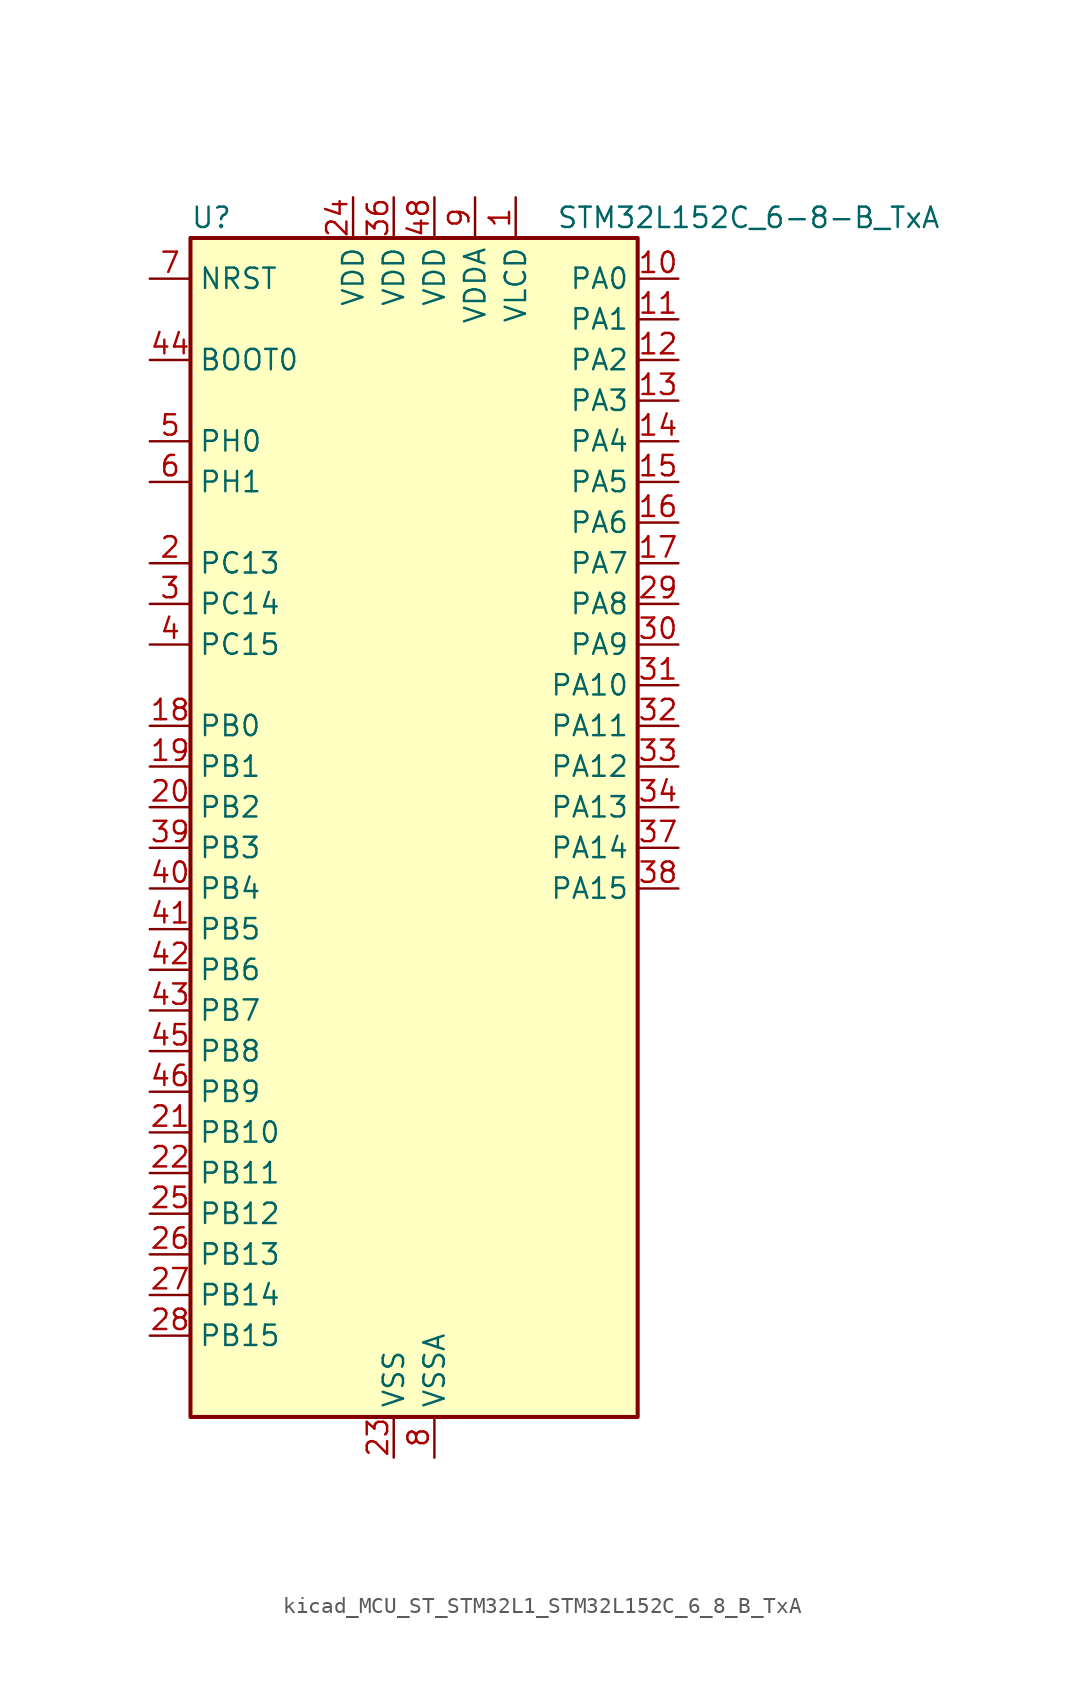
<source format=kicad_sym>
(kicad_symbol_lib
  (version 20220914)
  (generator kicad_symbol_editor)
  (symbol "kicad_MCU_ST_STM32L1_STM32L152C_6_8_B_TxA"
    (property "Reference" "U"
      (at -12.7 39.37 0)
      (effects (font (size 1.27 1.27)) (justify left)))
    (property "Value" "STM32L152C_6-8-B_TxA"
      (at 10.16 39.37 0)
      (effects (font (size 1.27 1.27)) (justify left)))
    (property "ki_locked" ""
      (at 0 0 0)
      (effects (font (size 1.27 1.27))))
    (symbol "kicad_MCU_ST_STM32L1_STM32L152C_6_8_B_TxA_0_1"
      (rectangle (start -12.7 -35.56) (end 15.24 38.1) (stroke (width 0.254) (type default)) (fill (type background))))
    (symbol "kicad_MCU_ST_STM32L1_STM32L152C_6_8_B_TxA_1_1"
      (pin power_in line (at 7.62 40.64 270) (length 2.54) (name "VLCD" (effects (font (size 1.27 1.27)))) (number "1" (effects (font (size 1.27 1.27)))))
      (pin bidirectional line (at 17.78 35.56 180) (length 2.54) (name "PA0" (effects (font (size 1.27 1.27)))) (number "10" (effects (font (size 1.27 1.27)))) (alternate "ADC_IN0" bidirectional line) (alternate "COMP1_INP" bidirectional line) (alternate "RTC_TAMP2" bidirectional line) (alternate "SYS_WKUP1" bidirectional line) (alternate "TIM2_CH1" bidirectional line) (alternate "TIM2_ETR" bidirectional line) (alternate "TIMX_IC1" bidirectional line) (alternate "TS_G1_IO1" bidirectional line) (alternate "USART2_CTS" bidirectional line))
      (pin bidirectional line (at 17.78 33.02 180) (length 2.54) (name "PA1" (effects (font (size 1.27 1.27)))) (number "11" (effects (font (size 1.27 1.27)))) (alternate "ADC_IN1" bidirectional line) (alternate "COMP1_INP" bidirectional line) (alternate "LCD_SEG0" bidirectional line) (alternate "TIM2_CH2" bidirectional line) (alternate "TIMX_IC2" bidirectional line) (alternate "TS_G1_IO2" bidirectional line) (alternate "USART2_RTS" bidirectional line))
      (pin bidirectional line (at 17.78 30.48 180) (length 2.54) (name "PA2" (effects (font (size 1.27 1.27)))) (number "12" (effects (font (size 1.27 1.27)))) (alternate "ADC_IN2" bidirectional line) (alternate "COMP1_INP" bidirectional line) (alternate "LCD_SEG1" bidirectional line) (alternate "TIM2_CH3" bidirectional line) (alternate "TIM9_CH1" bidirectional line) (alternate "TIMX_IC3" bidirectional line) (alternate "TS_G1_IO3" bidirectional line) (alternate "USART2_TX" bidirectional line))
      (pin bidirectional line (at 17.78 27.94 180) (length 2.54) (name "PA3" (effects (font (size 1.27 1.27)))) (number "13" (effects (font (size 1.27 1.27)))) (alternate "ADC_IN3" bidirectional line) (alternate "COMP1_INP" bidirectional line) (alternate "LCD_SEG2" bidirectional line) (alternate "TIM2_CH4" bidirectional line) (alternate "TIM9_CH2" bidirectional line) (alternate "TIMX_IC4" bidirectional line) (alternate "TS_G1_IO4" bidirectional line) (alternate "USART2_RX" bidirectional line))
      (pin bidirectional line (at 17.78 25.4 180) (length 2.54) (name "PA4" (effects (font (size 1.27 1.27)))) (number "14" (effects (font (size 1.27 1.27)))) (alternate "ADC_IN4" bidirectional line) (alternate "COMP1_INP" bidirectional line) (alternate "DAC_OUT1" bidirectional line) (alternate "SPI1_NSS" bidirectional line) (alternate "TIMX_IC1" bidirectional line) (alternate "USART2_CK" bidirectional line))
      (pin bidirectional line (at 17.78 22.86 180) (length 2.54) (name "PA5" (effects (font (size 1.27 1.27)))) (number "15" (effects (font (size 1.27 1.27)))) (alternate "ADC_IN5" bidirectional line) (alternate "COMP1_INP" bidirectional line) (alternate "DAC_OUT2" bidirectional line) (alternate "SPI1_SCK" bidirectional line) (alternate "TIM2_CH1" bidirectional line) (alternate "TIM2_ETR" bidirectional line) (alternate "TIMX_IC2" bidirectional line))
      (pin bidirectional line (at 17.78 20.32 180) (length 2.54) (name "PA6" (effects (font (size 1.27 1.27)))) (number "16" (effects (font (size 1.27 1.27)))) (alternate "ADC_IN6" bidirectional line) (alternate "COMP1_INP" bidirectional line) (alternate "LCD_SEG3" bidirectional line) (alternate "SPI1_MISO" bidirectional line) (alternate "TIM10_CH1" bidirectional line) (alternate "TIM3_CH1" bidirectional line) (alternate "TIMX_IC3" bidirectional line) (alternate "TS_G2_IO1" bidirectional line))
      (pin bidirectional line (at 17.78 17.78 180) (length 2.54) (name "PA7" (effects (font (size 1.27 1.27)))) (number "17" (effects (font (size 1.27 1.27)))) (alternate "ADC_IN7" bidirectional line) (alternate "COMP1_INP" bidirectional line) (alternate "LCD_SEG4" bidirectional line) (alternate "SPI1_MOSI" bidirectional line) (alternate "TIM11_CH1" bidirectional line) (alternate "TIM3_CH2" bidirectional line) (alternate "TIMX_IC4" bidirectional line) (alternate "TS_G2_IO2" bidirectional line))
      (pin bidirectional line (at -15.24 7.62 0) (length 2.54) (name "PB0" (effects (font (size 1.27 1.27)))) (number "18" (effects (font (size 1.27 1.27)))) (alternate "ADC_IN8" bidirectional line) (alternate "COMP1_INP" bidirectional line) (alternate "LCD_SEG5" bidirectional line) (alternate "SYS_V_REF_OUT" bidirectional line) (alternate "TIM3_CH3" bidirectional line) (alternate "TS_G3_IO1" bidirectional line))
      (pin bidirectional line (at -15.24 5.08 0) (length 2.54) (name "PB1" (effects (font (size 1.27 1.27)))) (number "19" (effects (font (size 1.27 1.27)))) (alternate "ADC_IN9" bidirectional line) (alternate "COMP1_INP" bidirectional line) (alternate "LCD_SEG6" bidirectional line) (alternate "SYS_V_REF_OUT" bidirectional line) (alternate "TIM3_CH4" bidirectional line) (alternate "TS_G3_IO2" bidirectional line))
      (pin bidirectional line (at -15.24 17.78 0) (length 2.54) (name "PC13" (effects (font (size 1.27 1.27)))) (number "2" (effects (font (size 1.27 1.27)))) (alternate "RTC_OUT_ALARM" bidirectional line) (alternate "RTC_OUT_CALIB" bidirectional line) (alternate "RTC_TAMP1" bidirectional line) (alternate "RTC_TS" bidirectional line) (alternate "SYS_WKUP2" bidirectional line) (alternate "TIMX_IC2" bidirectional line))
      (pin bidirectional line (at -15.24 2.54 0) (length 2.54) (name "PB2" (effects (font (size 1.27 1.27)))) (number "20" (effects (font (size 1.27 1.27)))) (alternate "TS_G3_IO3" bidirectional line))
      (pin bidirectional line (at -15.24 -17.78 0) (length 2.54) (name "PB10" (effects (font (size 1.27 1.27)))) (number "21" (effects (font (size 1.27 1.27)))) (alternate "I2C2_SCL" bidirectional line) (alternate "LCD_SEG10" bidirectional line) (alternate "TIM2_CH3" bidirectional line) (alternate "USART3_TX" bidirectional line))
      (pin bidirectional line (at -15.24 -20.32 0) (length 2.54) (name "PB11" (effects (font (size 1.27 1.27)))) (number "22" (effects (font (size 1.27 1.27)))) (alternate "ADC_EXTI11" bidirectional line) (alternate "I2C2_SDA" bidirectional line) (alternate "LCD_SEG11" bidirectional line) (alternate "TIM2_CH4" bidirectional line) (alternate "USART3_RX" bidirectional line))
      (pin power_in line (at 0 -38.1 90) (length 2.54) (name "VSS" (effects (font (size 1.27 1.27)))) (number "23" (effects (font (size 1.27 1.27)))))
      (pin power_in line (at -2.54 40.64 270) (length 2.54) (name "VDD" (effects (font (size 1.27 1.27)))) (number "24" (effects (font (size 1.27 1.27)))))
      (pin bidirectional line (at -15.24 -22.86 0) (length 2.54) (name "PB12" (effects (font (size 1.27 1.27)))) (number "25" (effects (font (size 1.27 1.27)))) (alternate "ADC_IN18" bidirectional line) (alternate "COMP1_INP" bidirectional line) (alternate "I2C2_SMBA" bidirectional line) (alternate "LCD_SEG12" bidirectional line) (alternate "SPI2_NSS" bidirectional line) (alternate "TIM10_CH1" bidirectional line) (alternate "TS_G7_IO1" bidirectional line) (alternate "USART3_CK" bidirectional line))
      (pin bidirectional line (at -15.24 -25.4 0) (length 2.54) (name "PB13" (effects (font (size 1.27 1.27)))) (number "26" (effects (font (size 1.27 1.27)))) (alternate "ADC_IN19" bidirectional line) (alternate "COMP1_INP" bidirectional line) (alternate "LCD_SEG13" bidirectional line) (alternate "SPI2_SCK" bidirectional line) (alternate "TIM9_CH1" bidirectional line) (alternate "TS_G7_IO2" bidirectional line) (alternate "USART3_CTS" bidirectional line))
      (pin bidirectional line (at -15.24 -27.94 0) (length 2.54) (name "PB14" (effects (font (size 1.27 1.27)))) (number "27" (effects (font (size 1.27 1.27)))) (alternate "ADC_IN20" bidirectional line) (alternate "COMP1_INP" bidirectional line) (alternate "LCD_SEG14" bidirectional line) (alternate "SPI2_MISO" bidirectional line) (alternate "TIM9_CH2" bidirectional line) (alternate "TS_G7_IO3" bidirectional line) (alternate "USART3_RTS" bidirectional line))
      (pin bidirectional line (at -15.24 -30.48 0) (length 2.54) (name "PB15" (effects (font (size 1.27 1.27)))) (number "28" (effects (font (size 1.27 1.27)))) (alternate "ADC_EXTI15" bidirectional line) (alternate "ADC_IN21" bidirectional line) (alternate "COMP1_INP" bidirectional line) (alternate "LCD_SEG15" bidirectional line) (alternate "RTC_REFIN" bidirectional line) (alternate "SPI2_MOSI" bidirectional line) (alternate "TIM11_CH1" bidirectional line) (alternate "TS_G7_IO4" bidirectional line))
      (pin bidirectional line (at 17.78 15.24 180) (length 2.54) (name "PA8" (effects (font (size 1.27 1.27)))) (number "29" (effects (font (size 1.27 1.27)))) (alternate "LCD_COM0" bidirectional line) (alternate "RCC_MCO" bidirectional line) (alternate "TIMX_IC1" bidirectional line) (alternate "TS_G4_IO1" bidirectional line) (alternate "USART1_CK" bidirectional line))
      (pin bidirectional line (at -15.24 15.24 0) (length 2.54) (name "PC14" (effects (font (size 1.27 1.27)))) (number "3" (effects (font (size 1.27 1.27)))) (alternate "RCC_OSC32_IN" bidirectional line) (alternate "TIMX_IC3" bidirectional line))
      (pin bidirectional line (at 17.78 12.7 180) (length 2.54) (name "PA9" (effects (font (size 1.27 1.27)))) (number "30" (effects (font (size 1.27 1.27)))) (alternate "DAC_EXTI9" bidirectional line) (alternate "LCD_COM1" bidirectional line) (alternate "TIMX_IC2" bidirectional line) (alternate "TS_G4_IO2" bidirectional line) (alternate "USART1_TX" bidirectional line))
      (pin bidirectional line (at 17.78 10.16 180) (length 2.54) (name "PA10" (effects (font (size 1.27 1.27)))) (number "31" (effects (font (size 1.27 1.27)))) (alternate "LCD_COM2" bidirectional line) (alternate "TIMX_IC3" bidirectional line) (alternate "TS_G4_IO3" bidirectional line) (alternate "USART1_RX" bidirectional line))
      (pin bidirectional line (at 17.78 7.62 180) (length 2.54) (name "PA11" (effects (font (size 1.27 1.27)))) (number "32" (effects (font (size 1.27 1.27)))) (alternate "ADC_EXTI11" bidirectional line) (alternate "SPI1_MISO" bidirectional line) (alternate "TIMX_IC4" bidirectional line) (alternate "USART1_CTS" bidirectional line) (alternate "USB_DM" bidirectional line))
      (pin bidirectional line (at 17.78 5.08 180) (length 2.54) (name "PA12" (effects (font (size 1.27 1.27)))) (number "33" (effects (font (size 1.27 1.27)))) (alternate "SPI1_MOSI" bidirectional line) (alternate "TIMX_IC1" bidirectional line) (alternate "USART1_RTS" bidirectional line) (alternate "USB_DP" bidirectional line))
      (pin bidirectional line (at 17.78 2.54 180) (length 2.54) (name "PA13" (effects (font (size 1.27 1.27)))) (number "34" (effects (font (size 1.27 1.27)))) (alternate "SYS_JTMS-SWDIO" bidirectional line) (alternate "TIMX_IC2" bidirectional line) (alternate "TS_G5_IO1" bidirectional line))
      (pin passive line (at 0 -38.1 90) (length 2.54) hide (name "VSS" (effects (font (size 1.27 1.27)))) (number "35" (effects (font (size 1.27 1.27)))))
      (pin power_in line (at 0 40.64 270) (length 2.54) (name "VDD" (effects (font (size 1.27 1.27)))) (number "36" (effects (font (size 1.27 1.27)))))
      (pin bidirectional line (at 17.78 0 180) (length 2.54) (name "PA14" (effects (font (size 1.27 1.27)))) (number "37" (effects (font (size 1.27 1.27)))) (alternate "SYS_JTCK-SWCLK" bidirectional line) (alternate "TIMX_IC3" bidirectional line) (alternate "TS_G5_IO2" bidirectional line))
      (pin bidirectional line (at 17.78 -2.54 180) (length 2.54) (name "PA15" (effects (font (size 1.27 1.27)))) (number "38" (effects (font (size 1.27 1.27)))) (alternate "ADC_EXTI15" bidirectional line) (alternate "LCD_SEG17" bidirectional line) (alternate "SPI1_NSS" bidirectional line) (alternate "SYS_JTDI" bidirectional line) (alternate "TIM2_CH1" bidirectional line) (alternate "TIM2_ETR" bidirectional line) (alternate "TIMX_IC4" bidirectional line) (alternate "TS_G5_IO3" bidirectional line))
      (pin bidirectional line (at -15.24 0 0) (length 2.54) (name "PB3" (effects (font (size 1.27 1.27)))) (number "39" (effects (font (size 1.27 1.27)))) (alternate "COMP2_INM" bidirectional line) (alternate "LCD_SEG7" bidirectional line) (alternate "SPI1_SCK" bidirectional line) (alternate "SYS_JTDO-TRACESWO" bidirectional line) (alternate "TIM2_CH2" bidirectional line))
      (pin bidirectional line (at -15.24 12.7 0) (length 2.54) (name "PC15" (effects (font (size 1.27 1.27)))) (number "4" (effects (font (size 1.27 1.27)))) (alternate "ADC_EXTI15" bidirectional line) (alternate "RCC_OSC32_OUT" bidirectional line) (alternate "TIMX_IC4" bidirectional line))
      (pin bidirectional line (at -15.24 -2.54 0) (length 2.54) (name "PB4" (effects (font (size 1.27 1.27)))) (number "40" (effects (font (size 1.27 1.27)))) (alternate "COMP2_INP" bidirectional line) (alternate "LCD_SEG8" bidirectional line) (alternate "SPI1_MISO" bidirectional line) (alternate "SYS_JTRST" bidirectional line) (alternate "TIM3_CH1" bidirectional line) (alternate "TS_G6_IO1" bidirectional line))
      (pin bidirectional line (at -15.24 -5.08 0) (length 2.54) (name "PB5" (effects (font (size 1.27 1.27)))) (number "41" (effects (font (size 1.27 1.27)))) (alternate "COMP2_INP" bidirectional line) (alternate "I2C1_SMBA" bidirectional line) (alternate "LCD_SEG9" bidirectional line) (alternate "SPI1_MOSI" bidirectional line) (alternate "TIM3_CH2" bidirectional line) (alternate "TS_G6_IO2" bidirectional line))
      (pin bidirectional line (at -15.24 -7.62 0) (length 2.54) (name "PB6" (effects (font (size 1.27 1.27)))) (number "42" (effects (font (size 1.27 1.27)))) (alternate "I2C1_SCL" bidirectional line) (alternate "TIM4_CH1" bidirectional line) (alternate "TS_G6_IO3" bidirectional line) (alternate "USART1_TX" bidirectional line))
      (pin bidirectional line (at -15.24 -10.16 0) (length 2.54) (name "PB7" (effects (font (size 1.27 1.27)))) (number "43" (effects (font (size 1.27 1.27)))) (alternate "I2C1_SDA" bidirectional line) (alternate "SYS_PVD_IN" bidirectional line) (alternate "TIM4_CH2" bidirectional line) (alternate "TS_G6_IO4" bidirectional line) (alternate "USART1_RX" bidirectional line))
      (pin input line (at -15.24 30.48 0) (length 2.54) (name "BOOT0" (effects (font (size 1.27 1.27)))) (number "44" (effects (font (size 1.27 1.27)))))
      (pin bidirectional line (at -15.24 -12.7 0) (length 2.54) (name "PB8" (effects (font (size 1.27 1.27)))) (number "45" (effects (font (size 1.27 1.27)))) (alternate "I2C1_SCL" bidirectional line) (alternate "LCD_SEG16" bidirectional line) (alternate "TIM10_CH1" bidirectional line) (alternate "TIM4_CH3" bidirectional line))
      (pin bidirectional line (at -15.24 -15.24 0) (length 2.54) (name "PB9" (effects (font (size 1.27 1.27)))) (number "46" (effects (font (size 1.27 1.27)))) (alternate "DAC_EXTI9" bidirectional line) (alternate "I2C1_SDA" bidirectional line) (alternate "LCD_COM3" bidirectional line) (alternate "TIM11_CH1" bidirectional line) (alternate "TIM4_CH4" bidirectional line))
      (pin passive line (at 0 -38.1 90) (length 2.54) hide (name "VSS" (effects (font (size 1.27 1.27)))) (number "47" (effects (font (size 1.27 1.27)))))
      (pin power_in line (at 2.54 40.64 270) (length 2.54) (name "VDD" (effects (font (size 1.27 1.27)))) (number "48" (effects (font (size 1.27 1.27)))))
      (pin bidirectional line (at -15.24 25.4 0) (length 2.54) (name "PH0" (effects (font (size 1.27 1.27)))) (number "5" (effects (font (size 1.27 1.27)))) (alternate "RCC_OSC_IN" bidirectional line))
      (pin bidirectional line (at -15.24 22.86 0) (length 2.54) (name "PH1" (effects (font (size 1.27 1.27)))) (number "6" (effects (font (size 1.27 1.27)))) (alternate "RCC_OSC_OUT" bidirectional line))
      (pin input line (at -15.24 35.56 0) (length 2.54) (name "NRST" (effects (font (size 1.27 1.27)))) (number "7" (effects (font (size 1.27 1.27)))))
      (pin power_in line (at 2.54 -38.1 90) (length 2.54) (name "VSSA" (effects (font (size 1.27 1.27)))) (number "8" (effects (font (size 1.27 1.27)))))
      (pin power_in line (at 5.08 40.64 270) (length 2.54) (name "VDDA" (effects (font (size 1.27 1.27)))) (number "9" (effects (font (size 1.27 1.27))))))))
</source>
